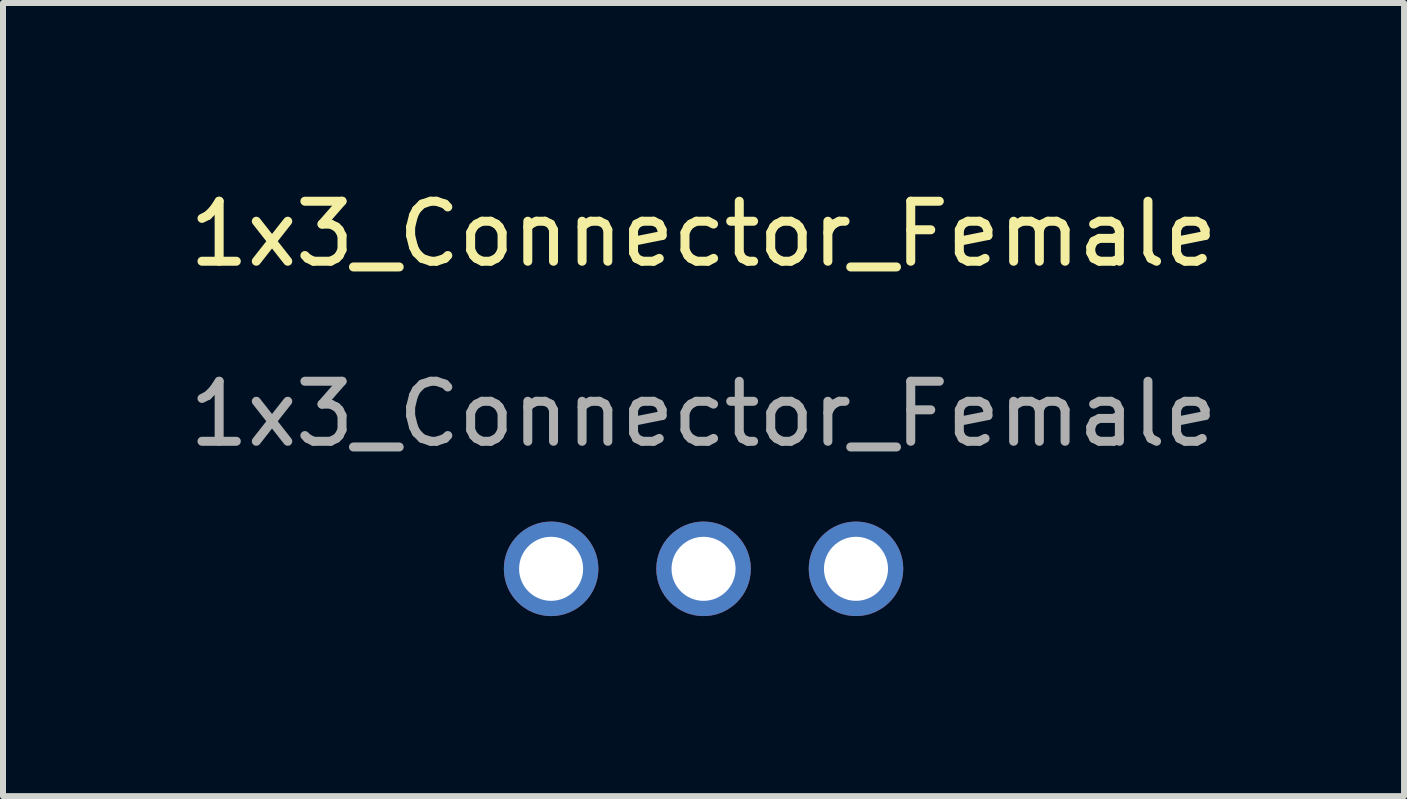
<source format=kicad_pcb>
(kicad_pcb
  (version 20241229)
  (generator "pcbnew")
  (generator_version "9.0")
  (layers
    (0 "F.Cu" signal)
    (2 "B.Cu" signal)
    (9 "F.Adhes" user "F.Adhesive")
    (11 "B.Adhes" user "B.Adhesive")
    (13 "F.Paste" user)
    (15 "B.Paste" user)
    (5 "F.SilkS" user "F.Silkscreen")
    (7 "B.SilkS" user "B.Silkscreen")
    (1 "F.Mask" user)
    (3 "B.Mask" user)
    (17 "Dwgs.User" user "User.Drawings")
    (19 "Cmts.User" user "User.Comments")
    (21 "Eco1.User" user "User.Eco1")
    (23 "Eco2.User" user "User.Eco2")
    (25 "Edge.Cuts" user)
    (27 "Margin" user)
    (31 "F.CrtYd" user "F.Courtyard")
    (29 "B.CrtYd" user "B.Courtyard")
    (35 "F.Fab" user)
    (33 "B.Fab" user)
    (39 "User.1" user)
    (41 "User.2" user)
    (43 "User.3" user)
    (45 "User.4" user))
  (footprint "1x3_Connector_Female"
    (layer "F.Cu")
    (at 8.673 1.348)
    (property "Reference" "1x3_Connector_Female" (at 0 -0.5 0) (unlocked yes) (layer "F.SilkS") (effects (font (size 1 1) (thickness 0.15))))
    (attr smd)
    (fp_text user "${REFERENCE}" (at 0 2.5 0) (unlocked yes) (layer "F.Fab") (effects (font (size 1 1) (thickness 0.15))))
    (pad "1" thru_hole circle (at -2.54 5.08) (size 1.575 1.575) (drill 1.067) (layers "*.Cu" "*.Mask"))
    (pad "2" thru_hole circle (at 0 5.08) (size 1.575 1.575) (drill 1.067) (layers "*.Cu" "*.Mask"))
    (pad "3" thru_hole circle (at 2.54 5.08) (size 1.575 1.575) (drill 1.067) (layers "*.Cu" "*.Mask")))
  (gr_rect
    (start -3 -3)
    (end 20.345 10.216)
    (stroke (width 0.1) (type default))
    (fill no)
    (layer "Edge.Cuts")))
</source>
